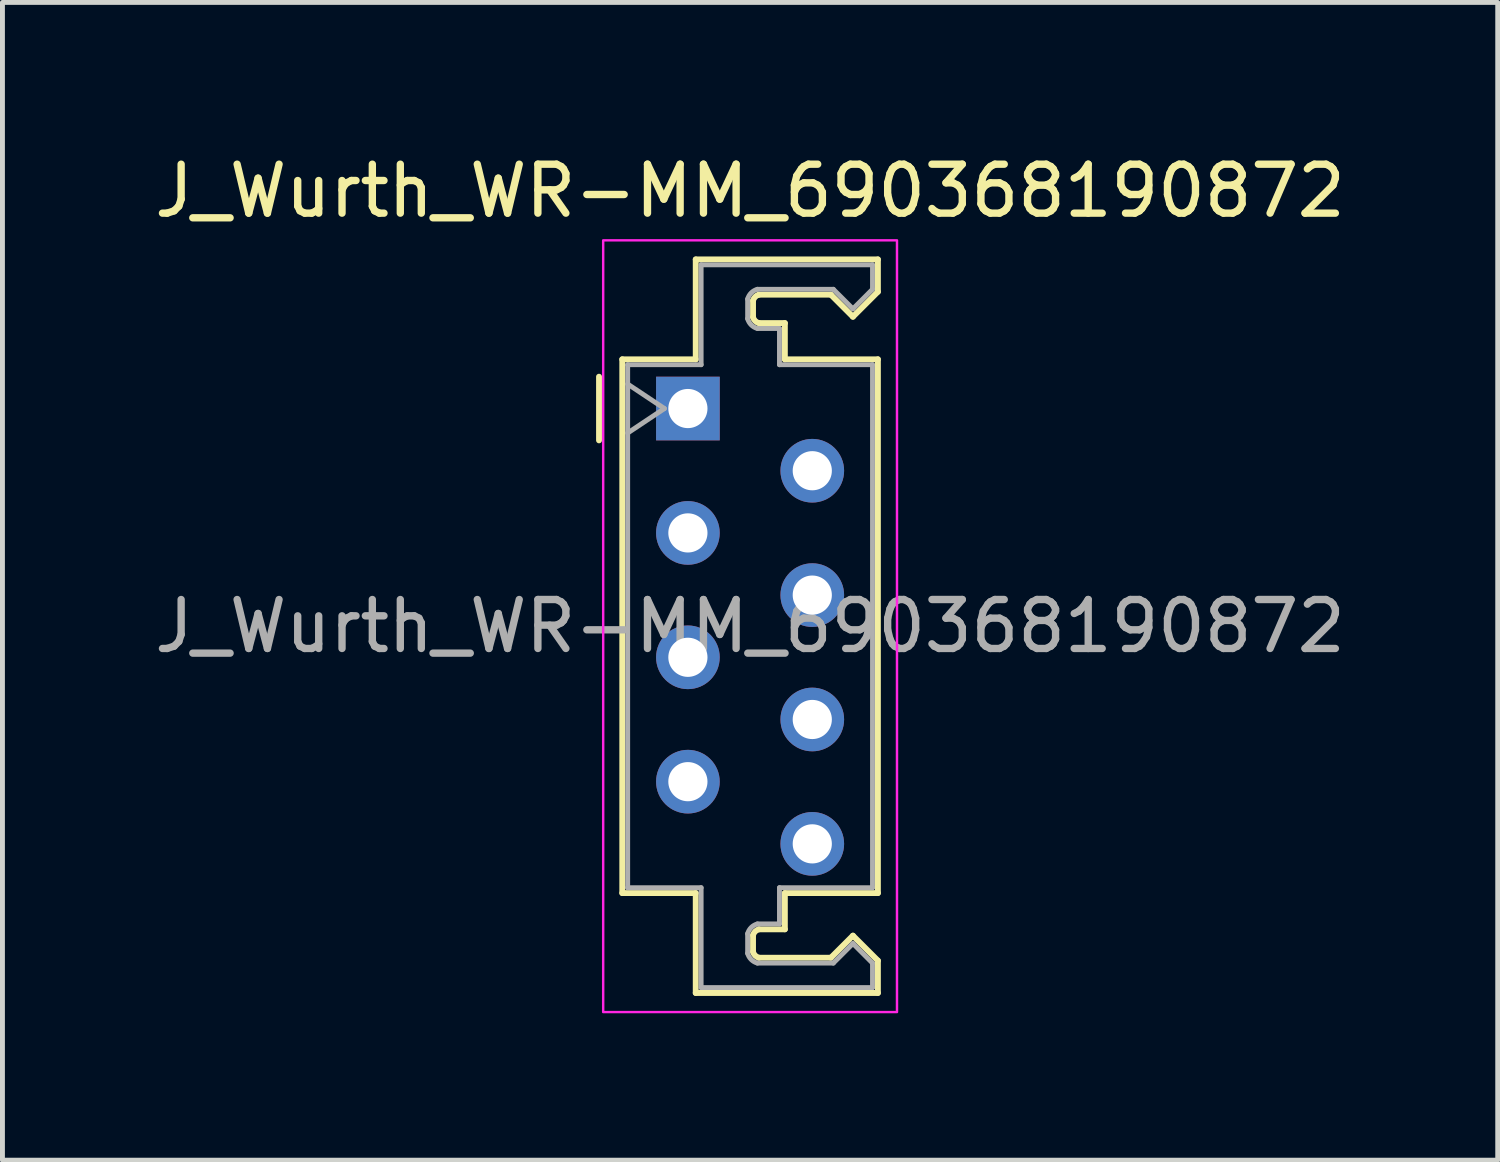
<source format=kicad_pcb>
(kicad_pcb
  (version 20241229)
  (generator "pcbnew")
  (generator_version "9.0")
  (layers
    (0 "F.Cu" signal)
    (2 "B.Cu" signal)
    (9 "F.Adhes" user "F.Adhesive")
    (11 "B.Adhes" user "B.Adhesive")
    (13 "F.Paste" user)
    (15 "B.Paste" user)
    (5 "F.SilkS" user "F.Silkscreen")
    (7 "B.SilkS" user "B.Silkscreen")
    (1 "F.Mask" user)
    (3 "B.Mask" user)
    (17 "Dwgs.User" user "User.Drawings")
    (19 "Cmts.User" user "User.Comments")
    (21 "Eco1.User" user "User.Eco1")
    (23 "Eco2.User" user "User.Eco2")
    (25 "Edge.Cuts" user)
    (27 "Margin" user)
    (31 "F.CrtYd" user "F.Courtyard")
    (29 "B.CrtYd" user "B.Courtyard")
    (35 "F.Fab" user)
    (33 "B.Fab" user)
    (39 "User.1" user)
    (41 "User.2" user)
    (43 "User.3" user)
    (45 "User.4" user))
  (footprint "J_Wurth_WR-MM_690368190872"
    (layer "F.Cu")
    (at 10.998 5.293)
    (property "Reference" "J_Wurth_WR-MM_690368190872" (at 1.27 -4.445 0) (unlocked yes) (layer "F.SilkS") (effects (font (size 1 1) (thickness 0.15))))
    (attr through_hole)
    (fp_line (start -1.815 0.65) (end -1.815 -0.65) (stroke (width 0.12) (type solid)) (layer "F.SilkS"))
    (fp_line (start -1.34 -1.005) (end 0.16 -1.005) (stroke (width 0.12) (type solid)) (layer "F.SilkS"))
    (fp_line (start -1.34 9.895) (end -1.34 -1.005) (stroke (width 0.12) (type solid)) (layer "F.SilkS"))
    (fp_line (start -1.34 9.895) (end 0.16 9.895) (stroke (width 0.12) (type solid)) (layer "F.SilkS"))
    (fp_line (start 0.16 -3.045) (end 3.88 -3.045) (stroke (width 0.12) (type solid)) (layer "F.SilkS"))
    (fp_line (start 0.16 -1.005) (end 0.16 -3.045) (stroke (width 0.12) (type solid)) (layer "F.SilkS"))
    (fp_line (start 0.16 9.895) (end 0.16 11.935) (stroke (width 0.12) (type solid)) (layer "F.SilkS"))
    (fp_line (start 0.16 11.935) (end 3.88 11.935) (stroke (width 0.12) (type solid)) (layer "F.SilkS"))
    (fp_line (start 1.33 -2.205) (end 1.33 -1.865) (stroke (width 0.12) (type solid)) (layer "F.SilkS"))
    (fp_line (start 1.33 11.095) (end 1.33 10.755) (stroke (width 0.12) (type solid)) (layer "F.SilkS"))
    (fp_line (start 1.45 -2.325) (end 2.92 -2.325) (stroke (width 0.12) (type solid)) (layer "F.SilkS"))
    (fp_line (start 1.45 11.215) (end 2.92 11.215) (stroke (width 0.12) (type solid)) (layer "F.SilkS"))
    (fp_line (start 1.98 -1.745) (end 1.45 -1.745) (stroke (width 0.12) (type solid)) (layer "F.SilkS"))
    (fp_line (start 1.98 -1.005) (end 1.98 -1.745) (stroke (width 0.12) (type solid)) (layer "F.SilkS"))
    (fp_line (start 1.98 9.895) (end 1.98 10.635) (stroke (width 0.12) (type solid)) (layer "F.SilkS"))
    (fp_line (start 1.98 10.635) (end 1.45 10.635) (stroke (width 0.12) (type solid)) (layer "F.SilkS"))
    (fp_line (start 2.92 -2.325) (end 3.37 -1.875) (stroke (width 0.12) (type solid)) (layer "F.SilkS"))
    (fp_line (start 2.92 11.215) (end 3.37 10.765) (stroke (width 0.12) (type solid)) (layer "F.SilkS"))
    (fp_line (start 3.88 -3.045) (end 3.88 -2.385) (stroke (width 0.12) (type solid)) (layer "F.SilkS"))
    (fp_line (start 3.88 -2.385) (end 3.37 -1.875) (stroke (width 0.12) (type solid)) (layer "F.SilkS"))
    (fp_line (start 3.88 -1.005) (end 1.98 -1.005) (stroke (width 0.12) (type solid)) (layer "F.SilkS"))
    (fp_line (start 3.88 9.895) (end 1.98 9.895) (stroke (width 0.12) (type solid)) (layer "F.SilkS"))
    (fp_line (start 3.88 9.895) (end 3.88 -1.005) (stroke (width 0.12) (type solid)) (layer "F.SilkS"))
    (fp_line (start 3.88 11.275) (end 3.37 10.765) (stroke (width 0.12) (type solid)) (layer "F.SilkS"))
    (fp_line (start 3.88 11.935) (end 3.88 11.275) (stroke (width 0.12) (type solid)) (layer "F.SilkS"))
    (fp_arc (start 1.330001 -2.2055) (mid 1.373741 -2.28126) (end 1.4495 -2.325) (stroke (width 0.12) (type solid)) (layer "F.SilkS"))
    (fp_arc (start 1.330002 10.754501) (mid 1.373741 10.678741) (end 1.4495 10.635001) (stroke (width 0.12) (type solid)) (layer "F.SilkS"))
    (fp_arc (start 1.4495 -1.745001) (mid 1.373741 -1.788741) (end 1.330002 -1.864501) (stroke (width 0.12) (type solid)) (layer "F.SilkS"))
    (fp_arc (start 1.4495 11.215) (mid 1.373741 11.17126) (end 1.330001 11.0955) (stroke (width 0.12) (type solid)) (layer "F.SilkS"))
    (fp_rect (start -1.73 -3.435) (end 4.27 12.325) (stroke (width 0.05) (type solid)) (fill no) (layer "F.CrtYd"))
    (fp_line (start -1.23 -0.895) (end 0.27 -0.895) (stroke (width 0.1) (type solid)) (layer "F.Fab"))
    (fp_line (start -1.23 9.785) (end -1.23 -0.895) (stroke (width 0.1) (type solid)) (layer "F.Fab"))
    (fp_line (start -1.23 9.785) (end 0.27 9.785) (stroke (width 0.1) (type solid)) (layer "F.Fab"))
    (fp_line (start -0.48 0) (end -1.23 -0.5) (stroke (width 0.1) (type solid)) (layer "F.Fab"))
    (fp_line (start -0.48 0) (end -1.23 0.5) (stroke (width 0.1) (type solid)) (layer "F.Fab"))
    (fp_line (start 0.27 -2.935) (end 3.77 -2.935) (stroke (width 0.1) (type solid)) (layer "F.Fab"))
    (fp_line (start 0.27 -0.895) (end 0.27 -2.935) (stroke (width 0.1) (type solid)) (layer "F.Fab"))
    (fp_line (start 0.27 11.825) (end 0.27 9.785) (stroke (width 0.1) (type solid)) (layer "F.Fab"))
    (fp_line (start 0.27 11.825) (end 3.77 11.825) (stroke (width 0.1) (type solid)) (layer "F.Fab"))
    (fp_line (start 1.22 -2.235) (end 1.22 -1.835) (stroke (width 0.1) (type solid)) (layer "F.Fab"))
    (fp_line (start 1.22 11.125) (end 1.22 10.725) (stroke (width 0.1) (type solid)) (layer "F.Fab"))
    (fp_line (start 1.42 -1.635) (end 1.87 -1.635) (stroke (width 0.1) (type solid)) (layer "F.Fab"))
    (fp_line (start 1.42 10.525) (end 1.87 10.525) (stroke (width 0.1) (type solid)) (layer "F.Fab"))
    (fp_line (start 1.87 -1.635) (end 1.87 -0.895) (stroke (width 0.1) (type solid)) (layer "F.Fab"))
    (fp_line (start 1.87 -0.895) (end 3.77 -0.895) (stroke (width 0.1) (type solid)) (layer "F.Fab"))
    (fp_line (start 1.87 9.785) (end 3.77 9.785) (stroke (width 0.1) (type solid)) (layer "F.Fab"))
    (fp_line (start 1.87 10.525) (end 1.87 9.785) (stroke (width 0.1) (type solid)) (layer "F.Fab"))
    (fp_line (start 2.97 -2.435) (end 1.42 -2.435) (stroke (width 0.1) (type solid)) (layer "F.Fab"))
    (fp_line (start 2.97 11.325) (end 1.42 11.325) (stroke (width 0.1) (type solid)) (layer "F.Fab"))
    (fp_line (start 3.37 -2.035) (end 2.97 -2.435) (stroke (width 0.1) (type solid)) (layer "F.Fab"))
    (fp_line (start 3.37 10.925) (end 2.97 11.325) (stroke (width 0.1) (type solid)) (layer "F.Fab"))
    (fp_line (start 3.77 -2.435) (end 3.37 -2.035) (stroke (width 0.1) (type solid)) (layer "F.Fab"))
    (fp_line (start 3.77 -2.435) (end 3.77 -2.935) (stroke (width 0.1) (type solid)) (layer "F.Fab"))
    (fp_line (start 3.77 9.785) (end 3.77 -0.895) (stroke (width 0.1) (type solid)) (layer "F.Fab"))
    (fp_line (start 3.77 11.325) (end 3.37 10.925) (stroke (width 0.1) (type solid)) (layer "F.Fab"))
    (fp_line (start 3.77 11.825) (end 3.77 11.325) (stroke (width 0.1) (type solid)) (layer "F.Fab"))
    (fp_arc (start 1.22 -2.235) (mid 1.293204 -2.361796) (end 1.419999 -2.435002) (stroke (width 0.1) (type default)) (layer "F.Fab"))
    (fp_arc (start 1.22 10.725) (mid 1.293205 10.598205) (end 1.42 10.525) (stroke (width 0.1) (type default)) (layer "F.Fab"))
    (fp_arc (start 1.42 -1.635) (mid 1.293204 -1.708204) (end 1.219998 -1.834998) (stroke (width 0.1) (type default)) (layer "F.Fab"))
    (fp_arc (start 1.42 11.325) (mid 1.293205 11.251795) (end 1.22 11.125) (stroke (width 0.1) (type default)) (layer "F.Fab"))
    (fp_text user "${REFERENCE}" (at 1.27 4.445 0) (unlocked yes) (layer "F.Fab") (effects (font (size 1 1) (thickness 0.15))))
    (pad "1" thru_hole rect (at 0 0 90) (size 1.3 1.3) (drill 0.8) (layers "*.Cu" "*.Mask"))
    (pad "2" thru_hole circle (at 2.54 1.27 90) (size 1.3 1.3) (drill 0.8) (layers "*.Cu" "*.Mask"))
    (pad "3" thru_hole circle (at 0 2.54 90) (size 1.3 1.3) (drill 0.8) (layers "*.Cu" "*.Mask"))
    (pad "4" thru_hole circle (at 2.54 3.81 90) (size 1.3 1.3) (drill 0.8) (layers "*.Cu" "*.Mask"))
    (pad "5" thru_hole circle (at 0 5.08 90) (size 1.3 1.3) (drill 0.8) (layers "*.Cu" "*.Mask"))
    (pad "6" thru_hole circle (at 2.54 6.35 90) (size 1.3 1.3) (drill 0.8) (layers "*.Cu" "*.Mask"))
    (pad "7" thru_hole circle (at 0 7.62 90) (size 1.3 1.3) (drill 0.8) (layers "*.Cu" "*.Mask"))
    (pad "8" thru_hole circle (at 2.54 8.89 90) (size 1.3 1.3) (drill 0.8) (layers "*.Cu" "*.Mask")))
  (gr_rect
    (start -3 -3)
    (end 27.536 20.643)
    (stroke (width 0.1) (type default))
    (fill no)
    (layer "Edge.Cuts")))
</source>
